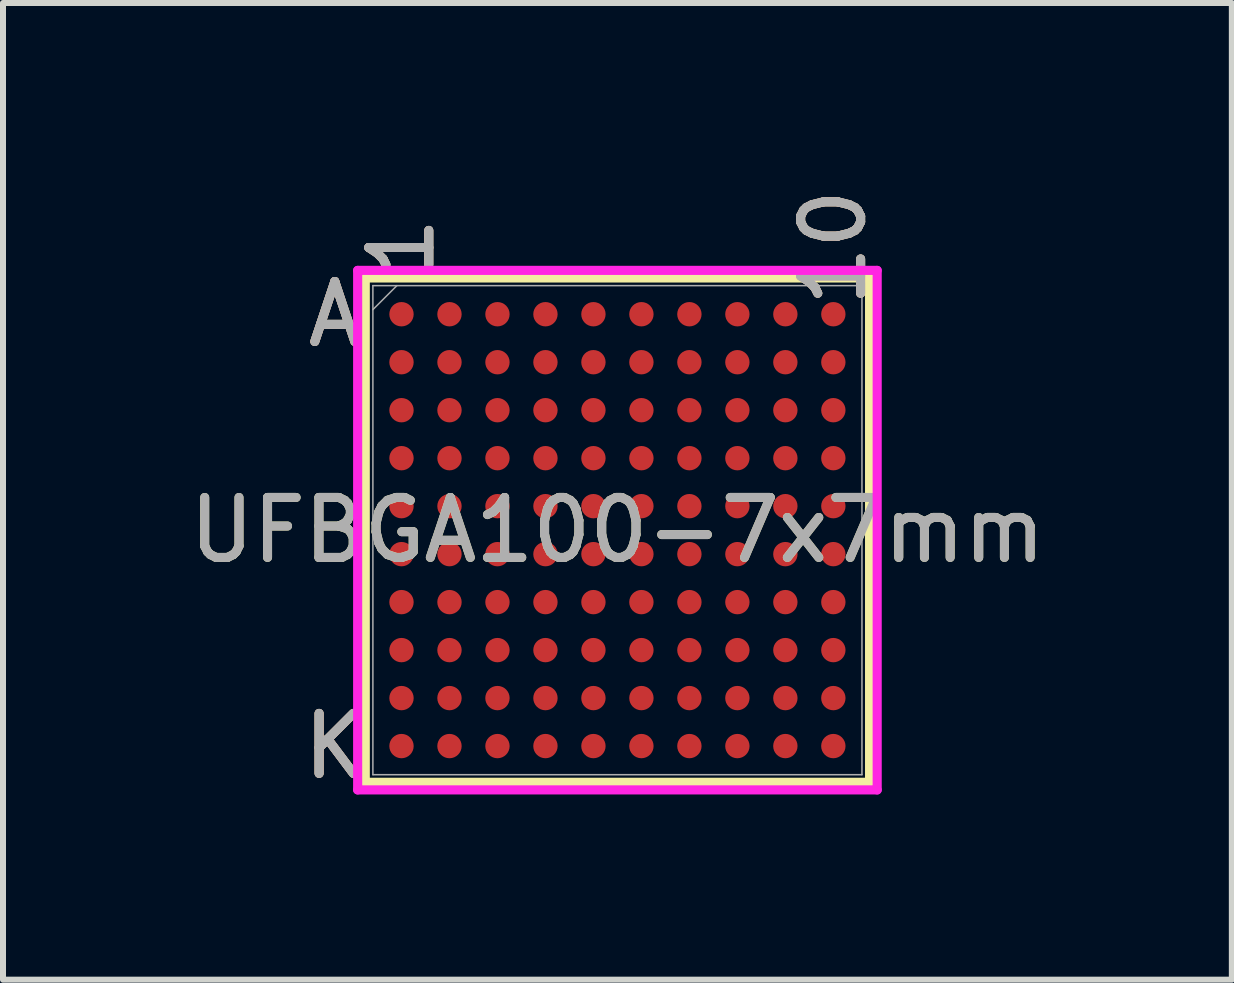
<source format=kicad_pcb>
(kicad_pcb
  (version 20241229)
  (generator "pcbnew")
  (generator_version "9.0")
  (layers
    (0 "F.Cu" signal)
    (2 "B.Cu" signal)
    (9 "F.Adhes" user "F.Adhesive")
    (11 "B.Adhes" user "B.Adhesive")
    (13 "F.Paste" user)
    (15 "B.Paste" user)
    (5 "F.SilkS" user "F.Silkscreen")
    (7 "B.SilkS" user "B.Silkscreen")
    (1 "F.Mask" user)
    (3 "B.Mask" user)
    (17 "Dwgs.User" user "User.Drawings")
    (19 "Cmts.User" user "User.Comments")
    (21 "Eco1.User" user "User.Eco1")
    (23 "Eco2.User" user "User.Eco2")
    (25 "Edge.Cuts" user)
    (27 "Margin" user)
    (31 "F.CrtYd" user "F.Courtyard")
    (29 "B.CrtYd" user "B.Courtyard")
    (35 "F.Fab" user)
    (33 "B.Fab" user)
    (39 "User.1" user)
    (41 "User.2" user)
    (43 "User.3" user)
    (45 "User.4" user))
  (footprint "UFBGA100-7x7mm"
    (layer "F.Cu")
    (at 7.244 5.789)
    (property "Reference" "UFBGA100-7x7mm" (at 0 0 0) (unlocked yes) (layer "F.SilkS") (effects (font (size 1 1) (thickness 0.15))))
    (attr smd)
    (fp_line (start -4.204 -4.204) (end -4.204 4.204) (stroke (width 0.152) (type solid)) (layer "F.SilkS"))
    (fp_line (start -4.204 4.204) (end 4.204 4.204) (stroke (width 0.152) (type solid)) (layer "F.SilkS"))
    (fp_line (start 4.204 -4.204) (end -4.204 -4.204) (stroke (width 0.152) (type solid)) (layer "F.SilkS"))
    (fp_line (start 4.204 4.204) (end 4.204 -4.204) (stroke (width 0.152) (type solid)) (layer "F.SilkS"))
    (fp_poly (pts (xy -4.444 -4.444) (xy 4.444 -4.444) (xy 4.444 4.444) (xy -4.444 4.444)) (stroke (width 0.1) (type solid)) (fill no) (layer "Eco2.User"))
    (fp_line (start -4.331 -4.331) (end 4.331 -4.331) (stroke (width 0.152) (type solid)) (layer "F.CrtYd"))
    (fp_line (start -4.331 4.331) (end -4.331 -4.331) (stroke (width 0.152) (type solid)) (layer "F.CrtYd"))
    (fp_line (start 4.331 -4.331) (end 4.331 4.331) (stroke (width 0.152) (type solid)) (layer "F.CrtYd"))
    (fp_line (start 4.331 4.331) (end -4.331 4.331) (stroke (width 0.152) (type solid)) (layer "F.CrtYd"))
    (fp_line (start -4.077 -4.077) (end -4.077 4.077) (stroke (width 0.025) (type solid)) (layer "F.Fab"))
    (fp_line (start -4.077 4.077) (end 4.077 4.077) (stroke (width 0.025) (type solid)) (layer "F.Fab"))
    (fp_line (start -3.677 -4.077) (end -4.077 -3.677) (stroke (width 0.025) (type solid)) (layer "F.Fab"))
    (fp_line (start 4.077 -4.077) (end -4.077 -4.077) (stroke (width 0.025) (type solid)) (layer "F.Fab"))
    (fp_line (start 4.077 4.077) (end 4.077 -4.077) (stroke (width 0.025) (type solid)) (layer "F.Fab"))
    (fp_text user "A" (at -4.712 -3.6 0) (unlocked yes) (layer "F.SilkS") (effects (font (size 1 1) (thickness 0.15))))
    (fp_text user "1" (at -3.6 -4.712 90) (unlocked yes) (layer "F.SilkS") (effects (font (size 1 1) (thickness 0.15))))
    (fp_text user "K" (at -4.712 3.6 0) (unlocked yes) (layer "F.SilkS") (effects (font (size 1 1) (thickness 0.15))))
    (fp_text user "10" (at 3.6 -4.712 90) (unlocked yes) (layer "F.SilkS") (effects (font (size 1 1) (thickness 0.15))))
    (fp_text user "K" (at -4.712 3.6 0) (unlocked yes) (layer "B.SilkS") (effects (font (size 1 1) (thickness 0.15))))
    (fp_text user "10" (at 3.6 -4.712 90) (unlocked yes) (layer "B.SilkS") (effects (font (size 1 1) (thickness 0.15))))
    (fp_text user "1" (at -3.6 -4.712 90) (unlocked yes) (layer "B.SilkS") (effects (font (size 1 1) (thickness 0.15))))
    (fp_text user "A" (at -4.712 -3.6 0) (unlocked yes) (layer "B.SilkS") (effects (font (size 1 1) (thickness 0.15))))
    (fp_text user "K" (at -4.712 3.6 0) (unlocked yes) (layer "F.Fab") (effects (font (size 1 1) (thickness 0.15))))
    (fp_text user "A" (at -4.712 -3.6 0) (unlocked yes) (layer "F.Fab") (effects (font (size 1 1) (thickness 0.15))))
    (fp_text user "${REFERENCE}" (at 0 0 0) (unlocked yes) (layer "F.Fab") (effects (font (size 1 1) (thickness 0.15))))
    (fp_text user "1" (at -3.6 -4.712 90) (unlocked yes) (layer "F.Fab") (effects (font (size 1 1) (thickness 0.15))))
    (fp_text user "10" (at 3.6 -4.712 90) (unlocked yes) (layer "F.Fab") (effects (font (size 1 1) (thickness 0.15))))
    (pad "A1" smd circle (at -3.6 -3.6) (size 0.406 0.406) (layers "F.Cu" "F.Mask" "F.Paste"))
    (pad "A2" smd circle (at -2.8 -3.6) (size 0.406 0.406) (layers "F.Cu" "F.Mask" "F.Paste"))
    (pad "A3" smd circle (at -2 -3.6) (size 0.406 0.406) (layers "F.Cu" "F.Mask" "F.Paste"))
    (pad "A4" smd circle (at -1.2 -3.6) (size 0.406 0.406) (layers "F.Cu" "F.Mask" "F.Paste"))
    (pad "A5" smd circle (at -0.4 -3.6) (size 0.406 0.406) (layers "F.Cu" "F.Mask" "F.Paste"))
    (pad "A6" smd circle (at 0.4 -3.6) (size 0.406 0.406) (layers "F.Cu" "F.Mask" "F.Paste"))
    (pad "A7" smd circle (at 1.2 -3.6) (size 0.406 0.406) (layers "F.Cu" "F.Mask" "F.Paste"))
    (pad "A8" smd circle (at 2 -3.6) (size 0.406 0.406) (layers "F.Cu" "F.Mask" "F.Paste"))
    (pad "A9" smd circle (at 2.8 -3.6) (size 0.406 0.406) (layers "F.Cu" "F.Mask" "F.Paste"))
    (pad "A10" smd circle (at 3.6 -3.6) (size 0.406 0.406) (layers "F.Cu" "F.Mask" "F.Paste"))
    (pad "B1" smd circle (at -3.6 -2.8) (size 0.406 0.406) (layers "F.Cu" "F.Mask" "F.Paste"))
    (pad "B2" smd circle (at -2.8 -2.8) (size 0.406 0.406) (layers "F.Cu" "F.Mask" "F.Paste"))
    (pad "B3" smd circle (at -2 -2.8) (size 0.406 0.406) (layers "F.Cu" "F.Mask" "F.Paste"))
    (pad "B4" smd circle (at -1.2 -2.8) (size 0.406 0.406) (layers "F.Cu" "F.Mask" "F.Paste"))
    (pad "B5" smd circle (at -0.4 -2.8) (size 0.406 0.406) (layers "F.Cu" "F.Mask" "F.Paste"))
    (pad "B6" smd circle (at 0.4 -2.8) (size 0.406 0.406) (layers "F.Cu" "F.Mask" "F.Paste"))
    (pad "B7" smd circle (at 1.2 -2.8) (size 0.406 0.406) (layers "F.Cu" "F.Mask" "F.Paste"))
    (pad "B8" smd circle (at 2 -2.8) (size 0.406 0.406) (layers "F.Cu" "F.Mask" "F.Paste"))
    (pad "B9" smd circle (at 2.8 -2.8) (size 0.406 0.406) (layers "F.Cu" "F.Mask" "F.Paste"))
    (pad "B10" smd circle (at 3.6 -2.8) (size 0.406 0.406) (layers "F.Cu" "F.Mask" "F.Paste"))
    (pad "C1" smd circle (at -3.6 -2) (size 0.406 0.406) (layers "F.Cu" "F.Mask" "F.Paste"))
    (pad "C2" smd circle (at -2.8 -2) (size 0.406 0.406) (layers "F.Cu" "F.Mask" "F.Paste"))
    (pad "C3" smd circle (at -2 -2) (size 0.406 0.406) (layers "F.Cu" "F.Mask" "F.Paste"))
    (pad "C4" smd circle (at -1.2 -2) (size 0.406 0.406) (layers "F.Cu" "F.Mask" "F.Paste"))
    (pad "C5" smd circle (at -0.4 -2) (size 0.406 0.406) (layers "F.Cu" "F.Mask" "F.Paste"))
    (pad "C6" smd circle (at 0.4 -2) (size 0.406 0.406) (layers "F.Cu" "F.Mask" "F.Paste"))
    (pad "C7" smd circle (at 1.2 -2) (size 0.406 0.406) (layers "F.Cu" "F.Mask" "F.Paste"))
    (pad "C8" smd circle (at 2 -2) (size 0.406 0.406) (layers "F.Cu" "F.Mask" "F.Paste"))
    (pad "C9" smd circle (at 2.8 -2) (size 0.406 0.406) (layers "F.Cu" "F.Mask" "F.Paste"))
    (pad "C10" smd circle (at 3.6 -2) (size 0.406 0.406) (layers "F.Cu" "F.Mask" "F.Paste"))
    (pad "D1" smd circle (at -3.6 -1.2) (size 0.406 0.406) (layers "F.Cu" "F.Mask" "F.Paste"))
    (pad "D2" smd circle (at -2.8 -1.2) (size 0.406 0.406) (layers "F.Cu" "F.Mask" "F.Paste"))
    (pad "D3" smd circle (at -2 -1.2) (size 0.406 0.406) (layers "F.Cu" "F.Mask" "F.Paste"))
    (pad "D4" smd circle (at -1.2 -1.2) (size 0.406 0.406) (layers "F.Cu" "F.Mask" "F.Paste"))
    (pad "D5" smd circle (at -0.4 -1.2) (size 0.406 0.406) (layers "F.Cu" "F.Mask" "F.Paste"))
    (pad "D6" smd circle (at 0.4 -1.2) (size 0.406 0.406) (layers "F.Cu" "F.Mask" "F.Paste"))
    (pad "D7" smd circle (at 1.2 -1.2) (size 0.406 0.406) (layers "F.Cu" "F.Mask" "F.Paste"))
    (pad "D8" smd circle (at 2 -1.2) (size 0.406 0.406) (layers "F.Cu" "F.Mask" "F.Paste"))
    (pad "D9" smd circle (at 2.8 -1.2) (size 0.406 0.406) (layers "F.Cu" "F.Mask" "F.Paste"))
    (pad "D10" smd circle (at 3.6 -1.2) (size 0.406 0.406) (layers "F.Cu" "F.Mask" "F.Paste"))
    (pad "E1" smd circle (at -3.6 -0.4) (size 0.406 0.406) (layers "F.Cu" "F.Mask" "F.Paste"))
    (pad "E2" smd circle (at -2.8 -0.4) (size 0.406 0.406) (layers "F.Cu" "F.Mask" "F.Paste"))
    (pad "E3" smd circle (at -2 -0.4) (size 0.406 0.406) (layers "F.Cu" "F.Mask" "F.Paste"))
    (pad "E4" smd circle (at -1.2 -0.4) (size 0.406 0.406) (layers "F.Cu" "F.Mask" "F.Paste"))
    (pad "E5" smd circle (at -0.4 -0.4) (size 0.406 0.406) (layers "F.Cu" "F.Mask" "F.Paste"))
    (pad "E6" smd circle (at 0.4 -0.4) (size 0.406 0.406) (layers "F.Cu" "F.Mask" "F.Paste"))
    (pad "E7" smd circle (at 1.2 -0.4) (size 0.406 0.406) (layers "F.Cu" "F.Mask" "F.Paste"))
    (pad "E8" smd circle (at 2 -0.4) (size 0.406 0.406) (layers "F.Cu" "F.Mask" "F.Paste"))
    (pad "E9" smd circle (at 2.8 -0.4) (size 0.406 0.406) (layers "F.Cu" "F.Mask" "F.Paste"))
    (pad "E10" smd circle (at 3.6 -0.4) (size 0.406 0.406) (layers "F.Cu" "F.Mask" "F.Paste"))
    (pad "F1" smd circle (at -3.6 0.4) (size 0.406 0.406) (layers "F.Cu" "F.Mask" "F.Paste"))
    (pad "F2" smd circle (at -2.8 0.4) (size 0.406 0.406) (layers "F.Cu" "F.Mask" "F.Paste"))
    (pad "F3" smd circle (at -2 0.4) (size 0.406 0.406) (layers "F.Cu" "F.Mask" "F.Paste"))
    (pad "F4" smd circle (at -1.2 0.4) (size 0.406 0.406) (layers "F.Cu" "F.Mask" "F.Paste"))
    (pad "F5" smd circle (at -0.4 0.4) (size 0.406 0.406) (layers "F.Cu" "F.Mask" "F.Paste"))
    (pad "F6" smd circle (at 0.4 0.4) (size 0.406 0.406) (layers "F.Cu" "F.Mask" "F.Paste"))
    (pad "F7" smd circle (at 1.2 0.4) (size 0.406 0.406) (layers "F.Cu" "F.Mask" "F.Paste"))
    (pad "F8" smd circle (at 2 0.4) (size 0.406 0.406) (layers "F.Cu" "F.Mask" "F.Paste"))
    (pad "F9" smd circle (at 2.8 0.4) (size 0.406 0.406) (layers "F.Cu" "F.Mask" "F.Paste"))
    (pad "F10" smd circle (at 3.6 0.4) (size 0.406 0.406) (layers "F.Cu" "F.Mask" "F.Paste"))
    (pad "G1" smd circle (at -3.6 1.2) (size 0.406 0.406) (layers "F.Cu" "F.Mask" "F.Paste"))
    (pad "G2" smd circle (at -2.8 1.2) (size 0.406 0.406) (layers "F.Cu" "F.Mask" "F.Paste"))
    (pad "G3" smd circle (at -2 1.2) (size 0.406 0.406) (layers "F.Cu" "F.Mask" "F.Paste"))
    (pad "G4" smd circle (at -1.2 1.2) (size 0.406 0.406) (layers "F.Cu" "F.Mask" "F.Paste"))
    (pad "G5" smd circle (at -0.4 1.2) (size 0.406 0.406) (layers "F.Cu" "F.Mask" "F.Paste"))
    (pad "G6" smd circle (at 0.4 1.2) (size 0.406 0.406) (layers "F.Cu" "F.Mask" "F.Paste"))
    (pad "G7" smd circle (at 1.2 1.2) (size 0.406 0.406) (layers "F.Cu" "F.Mask" "F.Paste"))
    (pad "G8" smd circle (at 2 1.2) (size 0.406 0.406) (layers "F.Cu" "F.Mask" "F.Paste"))
    (pad "G9" smd circle (at 2.8 1.2) (size 0.406 0.406) (layers "F.Cu" "F.Mask" "F.Paste"))
    (pad "G10" smd circle (at 3.6 1.2) (size 0.406 0.406) (layers "F.Cu" "F.Mask" "F.Paste"))
    (pad "H1" smd circle (at -3.6 2) (size 0.406 0.406) (layers "F.Cu" "F.Mask" "F.Paste"))
    (pad "H2" smd circle (at -2.8 2) (size 0.406 0.406) (layers "F.Cu" "F.Mask" "F.Paste"))
    (pad "H3" smd circle (at -2 2) (size 0.406 0.406) (layers "F.Cu" "F.Mask" "F.Paste"))
    (pad "H4" smd circle (at -1.2 2) (size 0.406 0.406) (layers "F.Cu" "F.Mask" "F.Paste"))
    (pad "H5" smd circle (at -0.4 2) (size 0.406 0.406) (layers "F.Cu" "F.Mask" "F.Paste"))
    (pad "H6" smd circle (at 0.4 2) (size 0.406 0.406) (layers "F.Cu" "F.Mask" "F.Paste"))
    (pad "H7" smd circle (at 1.2 2) (size 0.406 0.406) (layers "F.Cu" "F.Mask" "F.Paste"))
    (pad "H8" smd circle (at 2 2) (size 0.406 0.406) (layers "F.Cu" "F.Mask" "F.Paste"))
    (pad "H9" smd circle (at 2.8 2) (size 0.406 0.406) (layers "F.Cu" "F.Mask" "F.Paste"))
    (pad "H10" smd circle (at 3.6 2) (size 0.406 0.406) (layers "F.Cu" "F.Mask" "F.Paste"))
    (pad "J1" smd circle (at -3.6 2.8) (size 0.406 0.406) (layers "F.Cu" "F.Mask" "F.Paste"))
    (pad "J2" smd circle (at -2.8 2.8) (size 0.406 0.406) (layers "F.Cu" "F.Mask" "F.Paste"))
    (pad "J3" smd circle (at -2 2.8) (size 0.406 0.406) (layers "F.Cu" "F.Mask" "F.Paste"))
    (pad "J4" smd circle (at -1.2 2.8) (size 0.406 0.406) (layers "F.Cu" "F.Mask" "F.Paste"))
    (pad "J5" smd circle (at -0.4 2.8) (size 0.406 0.406) (layers "F.Cu" "F.Mask" "F.Paste"))
    (pad "J6" smd circle (at 0.4 2.8) (size 0.406 0.406) (layers "F.Cu" "F.Mask" "F.Paste"))
    (pad "J7" smd circle (at 1.2 2.8) (size 0.406 0.406) (layers "F.Cu" "F.Mask" "F.Paste"))
    (pad "J8" smd circle (at 2 2.8) (size 0.406 0.406) (layers "F.Cu" "F.Mask" "F.Paste"))
    (pad "J9" smd circle (at 2.8 2.8) (size 0.406 0.406) (layers "F.Cu" "F.Mask" "F.Paste"))
    (pad "J10" smd circle (at 3.6 2.8) (size 0.406 0.406) (layers "F.Cu" "F.Mask" "F.Paste"))
    (pad "K1" smd circle (at -3.6 3.6) (size 0.406 0.406) (layers "F.Cu" "F.Mask" "F.Paste"))
    (pad "K2" smd circle (at -2.8 3.6) (size 0.406 0.406) (layers "F.Cu" "F.Mask" "F.Paste"))
    (pad "K3" smd circle (at -2 3.6) (size 0.406 0.406) (layers "F.Cu" "F.Mask" "F.Paste"))
    (pad "K4" smd circle (at -1.2 3.6) (size 0.406 0.406) (layers "F.Cu" "F.Mask" "F.Paste"))
    (pad "K5" smd circle (at -0.4 3.6) (size 0.406 0.406) (layers "F.Cu" "F.Mask" "F.Paste"))
    (pad "K6" smd circle (at 0.4 3.6) (size 0.406 0.406) (layers "F.Cu" "F.Mask" "F.Paste"))
    (pad "K7" smd circle (at 1.2 3.6) (size 0.406 0.406) (layers "F.Cu" "F.Mask" "F.Paste"))
    (pad "K8" smd circle (at 2 3.6) (size 0.406 0.406) (layers "F.Cu" "F.Mask" "F.Paste"))
    (pad "K9" smd circle (at 2.8 3.6) (size 0.406 0.406) (layers "F.Cu" "F.Mask" "F.Paste"))
    (pad "K10" smd circle (at 3.6 3.6) (size 0.406 0.406) (layers "F.Cu" "F.Mask" "F.Paste")))
  (gr_rect
    (start -3 -3)
    (end 17.488 13.284)
    (stroke (width 0.1) (type default))
    (fill no)
    (layer "Edge.Cuts")))
</source>
